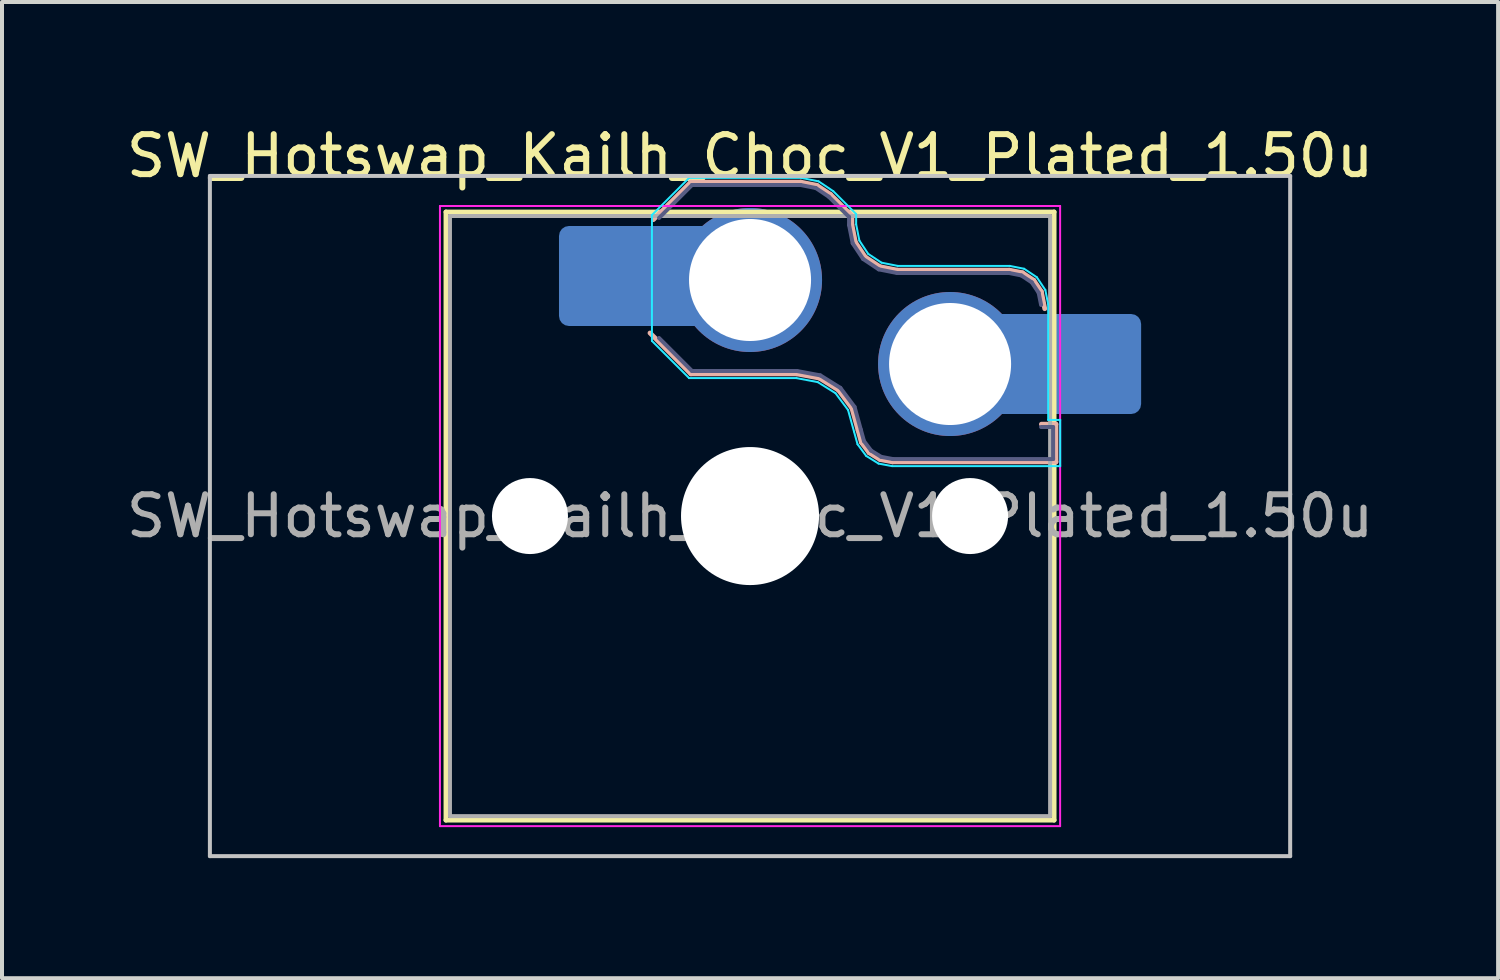
<source format=kicad_pcb>
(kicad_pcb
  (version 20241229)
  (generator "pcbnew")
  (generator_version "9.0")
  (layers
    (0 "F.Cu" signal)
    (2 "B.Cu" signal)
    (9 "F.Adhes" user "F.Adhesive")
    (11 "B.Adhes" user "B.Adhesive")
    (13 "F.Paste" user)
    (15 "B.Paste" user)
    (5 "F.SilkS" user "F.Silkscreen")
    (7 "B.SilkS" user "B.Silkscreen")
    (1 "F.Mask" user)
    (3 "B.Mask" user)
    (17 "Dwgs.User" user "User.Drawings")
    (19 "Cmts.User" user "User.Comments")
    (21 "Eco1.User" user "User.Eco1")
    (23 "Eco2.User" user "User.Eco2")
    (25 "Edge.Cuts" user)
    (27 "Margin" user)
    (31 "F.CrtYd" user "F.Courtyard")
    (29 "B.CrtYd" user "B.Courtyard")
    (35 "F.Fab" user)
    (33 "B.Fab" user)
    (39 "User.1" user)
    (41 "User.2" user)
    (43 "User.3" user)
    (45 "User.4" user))
  (footprint "SW_Hotswap_Kailh_Choc_V1_Plated_1.50u"
    (layer "F.Cu")
    (at 15.696 9.848)
    (property "Reference" "SW_Hotswap_Kailh_Choc_V1_Plated_1.50u" (at 0 -9 0) (layer "F.SilkS") (effects (font (size 1 1) (thickness 0.15))))
    (attr smd)
    (fp_line (start -7.6 -7.6) (end -7.6 7.6) (stroke (width 0.12) (type solid)) (layer "F.SilkS"))
    (fp_line (start -7.6 7.6) (end 7.6 7.6) (stroke (width 0.12) (type solid)) (layer "F.SilkS"))
    (fp_line (start 7.6 -7.6) (end -7.6 -7.6) (stroke (width 0.12) (type solid)) (layer "F.SilkS"))
    (fp_line (start 7.6 7.6) (end 7.6 -7.6) (stroke (width 0.12) (type solid)) (layer "F.SilkS"))
    (fp_line (start -2.416 -7.409) (end -1.479 -8.346) (stroke (width 0.12) (type solid)) (layer "B.SilkS"))
    (fp_line (start -1.479 -8.346) (end 1.268 -8.346) (stroke (width 0.12) (type solid)) (layer "B.SilkS"))
    (fp_line (start -1.479 -3.554) (end -2.5 -4.575) (stroke (width 0.12) (type solid)) (layer "B.SilkS"))
    (fp_line (start 1.168 -3.554) (end -1.479 -3.554) (stroke (width 0.12) (type solid)) (layer "B.SilkS"))
    (fp_line (start 1.268 -8.346) (end 1.671 -8.266) (stroke (width 0.12) (type solid)) (layer "B.SilkS"))
    (fp_line (start 1.671 -8.266) (end 2.013 -8.037) (stroke (width 0.12) (type solid)) (layer "B.SilkS"))
    (fp_line (start 1.73 -3.449) (end 1.168 -3.554) (stroke (width 0.12) (type solid)) (layer "B.SilkS"))
    (fp_line (start 2.013 -8.037) (end 2.546 -7.504) (stroke (width 0.12) (type solid)) (layer "B.SilkS"))
    (fp_line (start 2.209 -3.15) (end 1.73 -3.449) (stroke (width 0.12) (type solid)) (layer "B.SilkS"))
    (fp_line (start 2.546 -7.504) (end 2.546 -7.282) (stroke (width 0.12) (type solid)) (layer "B.SilkS"))
    (fp_line (start 2.546 -7.282) (end 2.633 -6.844) (stroke (width 0.12) (type solid)) (layer "B.SilkS"))
    (fp_line (start 2.547 -2.697) (end 2.209 -3.15) (stroke (width 0.12) (type solid)) (layer "B.SilkS"))
    (fp_line (start 2.633 -6.844) (end 2.877 -6.477) (stroke (width 0.12) (type solid)) (layer "B.SilkS"))
    (fp_line (start 2.701 -2.139) (end 2.547 -2.697) (stroke (width 0.12) (type solid)) (layer "B.SilkS"))
    (fp_line (start 2.783 -1.841) (end 2.701 -2.139) (stroke (width 0.12) (type solid)) (layer "B.SilkS"))
    (fp_line (start 2.877 -6.477) (end 3.244 -6.233) (stroke (width 0.12) (type solid)) (layer "B.SilkS"))
    (fp_line (start 2.976 -1.583) (end 2.783 -1.841) (stroke (width 0.12) (type solid)) (layer "B.SilkS"))
    (fp_line (start 3.244 -6.233) (end 3.682 -6.146) (stroke (width 0.12) (type solid)) (layer "B.SilkS"))
    (fp_line (start 3.25 -1.413) (end 2.976 -1.583) (stroke (width 0.12) (type solid)) (layer "B.SilkS"))
    (fp_line (start 3.56 -1.354) (end 3.25 -1.413) (stroke (width 0.12) (type solid)) (layer "B.SilkS"))
    (fp_line (start 3.682 -6.146) (end 6.482 -6.146) (stroke (width 0.12) (type solid)) (layer "B.SilkS"))
    (fp_line (start 6.482 -6.146) (end 6.809 -6.081) (stroke (width 0.12) (type solid)) (layer "B.SilkS"))
    (fp_line (start 6.809 -6.081) (end 7.092 -5.892) (stroke (width 0.12) (type solid)) (layer "B.SilkS"))
    (fp_line (start 7.092 -5.892) (end 7.281 -5.609) (stroke (width 0.12) (type solid)) (layer "B.SilkS"))
    (fp_line (start 7.281 -5.609) (end 7.366 -5.182) (stroke (width 0.12) (type solid)) (layer "B.SilkS"))
    (fp_line (start 7.283 -2.296) (end 7.646 -2.296) (stroke (width 0.12) (type solid)) (layer "B.SilkS"))
    (fp_line (start 7.646 -2.296) (end 7.646 -1.354) (stroke (width 0.12) (type solid)) (layer "B.SilkS"))
    (fp_line (start 7.646 -1.354) (end 3.56 -1.354) (stroke (width 0.12) (type solid)) (layer "B.SilkS"))
    (fp_line (start -13.5 -8.5) (end -13.5 8.5) (stroke (width 0.1) (type solid)) (layer "Dwgs.User"))
    (fp_line (start -13.5 8.5) (end 13.5 8.5) (stroke (width 0.1) (type solid)) (layer "Dwgs.User"))
    (fp_line (start 13.5 -8.5) (end -13.5 -8.5) (stroke (width 0.1) (type solid)) (layer "Dwgs.User"))
    (fp_line (start 13.5 8.5) (end 13.5 -8.5) (stroke (width 0.1) (type solid)) (layer "Dwgs.User"))
    (fp_line (start -7.25 -7.25) (end -7.25 7.25) (stroke (width 0.1) (type solid)) (layer "Eco1.User"))
    (fp_line (start -7.25 7.25) (end 7.25 7.25) (stroke (width 0.1) (type solid)) (layer "Eco1.User"))
    (fp_line (start 7.25 -7.25) (end -7.25 -7.25) (stroke (width 0.1) (type solid)) (layer "Eco1.User"))
    (fp_line (start 7.25 7.25) (end 7.25 -7.25) (stroke (width 0.1) (type solid)) (layer "Eco1.User"))
    (fp_line (start -2.452 -7.523) (end -1.523 -8.452) (stroke (width 0.05) (type solid)) (layer "B.CrtYd"))
    (fp_line (start -2.452 -4.377) (end -2.452 -7.523) (stroke (width 0.05) (type solid)) (layer "B.CrtYd"))
    (fp_line (start -1.523 -8.452) (end 1.278 -8.452) (stroke (width 0.05) (type solid)) (layer "B.CrtYd"))
    (fp_line (start -1.523 -3.448) (end -2.452 -4.377) (stroke (width 0.05) (type solid)) (layer "B.CrtYd"))
    (fp_line (start 1.159 -3.448) (end -1.523 -3.448) (stroke (width 0.05) (type solid)) (layer "B.CrtYd"))
    (fp_line (start 1.278 -8.452) (end 1.712 -8.366) (stroke (width 0.05) (type solid)) (layer "B.CrtYd"))
    (fp_line (start 1.691 -3.348) (end 1.159 -3.448) (stroke (width 0.05) (type solid)) (layer "B.CrtYd"))
    (fp_line (start 1.712 -8.366) (end 2.081 -8.119) (stroke (width 0.05) (type solid)) (layer "B.CrtYd"))
    (fp_line (start 2.081 -8.119) (end 2.652 -7.548) (stroke (width 0.05) (type solid)) (layer "B.CrtYd"))
    (fp_line (start 2.136 -3.071) (end 1.691 -3.348) (stroke (width 0.05) (type solid)) (layer "B.CrtYd"))
    (fp_line (start 2.45 -2.65) (end 2.136 -3.071) (stroke (width 0.05) (type solid)) (layer "B.CrtYd"))
    (fp_line (start 2.599 -2.111) (end 2.45 -2.65) (stroke (width 0.05) (type solid)) (layer "B.CrtYd"))
    (fp_line (start 2.652 -7.548) (end 2.652 -7.292) (stroke (width 0.05) (type solid)) (layer "B.CrtYd"))
    (fp_line (start 2.652 -7.292) (end 2.733 -6.885) (stroke (width 0.05) (type solid)) (layer "B.CrtYd"))
    (fp_line (start 2.687 -1.794) (end 2.599 -2.111) (stroke (width 0.05) (type solid)) (layer "B.CrtYd"))
    (fp_line (start 2.733 -6.885) (end 2.953 -6.553) (stroke (width 0.05) (type solid)) (layer "B.CrtYd"))
    (fp_line (start 2.903 -1.503) (end 2.687 -1.794) (stroke (width 0.05) (type solid)) (layer "B.CrtYd"))
    (fp_line (start 2.953 -6.553) (end 3.285 -6.333) (stroke (width 0.05) (type solid)) (layer "B.CrtYd"))
    (fp_line (start 3.211 -1.312) (end 2.903 -1.503) (stroke (width 0.05) (type solid)) (layer "B.CrtYd"))
    (fp_line (start 3.285 -6.333) (end 3.692 -6.252) (stroke (width 0.05) (type solid)) (layer "B.CrtYd"))
    (fp_line (start 3.55 -1.248) (end 3.211 -1.312) (stroke (width 0.05) (type solid)) (layer "B.CrtYd"))
    (fp_line (start 3.692 -6.252) (end 6.492 -6.252) (stroke (width 0.05) (type solid)) (layer "B.CrtYd"))
    (fp_line (start 6.492 -6.252) (end 6.85 -6.181) (stroke (width 0.05) (type solid)) (layer "B.CrtYd"))
    (fp_line (start 6.85 -6.181) (end 7.168 -5.968) (stroke (width 0.05) (type solid)) (layer "B.CrtYd"))
    (fp_line (start 7.168 -5.968) (end 7.381 -5.65) (stroke (width 0.05) (type solid)) (layer "B.CrtYd"))
    (fp_line (start 7.381 -5.65) (end 7.452 -5.292) (stroke (width 0.05) (type solid)) (layer "B.CrtYd"))
    (fp_line (start 7.452 -5.292) (end 7.452 -2.402) (stroke (width 0.05) (type solid)) (layer "B.CrtYd"))
    (fp_line (start 7.452 -2.402) (end 7.752 -2.402) (stroke (width 0.05) (type solid)) (layer "B.CrtYd"))
    (fp_line (start 7.752 -2.402) (end 7.752 -1.248) (stroke (width 0.05) (type solid)) (layer "B.CrtYd"))
    (fp_line (start 7.752 -1.248) (end 3.55 -1.248) (stroke (width 0.05) (type solid)) (layer "B.CrtYd"))
    (fp_line (start -7.75 -7.75) (end -7.75 7.75) (stroke (width 0.05) (type solid)) (layer "F.CrtYd"))
    (fp_line (start -7.75 7.75) (end 7.75 7.75) (stroke (width 0.05) (type solid)) (layer "F.CrtYd"))
    (fp_line (start 7.75 -7.75) (end -7.75 -7.75) (stroke (width 0.05) (type solid)) (layer "F.CrtYd"))
    (fp_line (start 7.75 7.75) (end 7.75 -7.75) (stroke (width 0.05) (type solid)) (layer "F.CrtYd"))
    (fp_line (start -2.275 -7.45) (end -1.45 -8.275) (stroke (width 0.1) (type solid)) (layer "B.Fab"))
    (fp_line (start -1.45 -8.275) (end 1.261 -8.275) (stroke (width 0.1) (type solid)) (layer "B.Fab"))
    (fp_line (start -1.45 -3.625) (end -2.275 -4.45) (stroke (width 0.1) (type solid)) (layer "B.Fab"))
    (fp_line (start 1.175 -3.625) (end -1.45 -3.625) (stroke (width 0.1) (type solid)) (layer "B.Fab"))
    (fp_line (start 1.261 -8.275) (end 1.643 -8.199) (stroke (width 0.1) (type solid)) (layer "B.Fab"))
    (fp_line (start 1.643 -8.199) (end 1.968 -7.982) (stroke (width 0.1) (type solid)) (layer "B.Fab"))
    (fp_line (start 1.756 -3.516) (end 1.175 -3.625) (stroke (width 0.1) (type solid)) (layer "B.Fab"))
    (fp_line (start 1.968 -7.982) (end 2.475 -7.475) (stroke (width 0.1) (type solid)) (layer "B.Fab"))
    (fp_line (start 2.258 -3.203) (end 1.756 -3.516) (stroke (width 0.1) (type solid)) (layer "B.Fab"))
    (fp_line (start 2.475 -7.475) (end 2.475 -7.275) (stroke (width 0.1) (type solid)) (layer "B.Fab"))
    (fp_line (start 2.475 -7.275) (end 2.566 -6.816) (stroke (width 0.1) (type solid)) (layer "B.Fab"))
    (fp_line (start 2.566 -6.816) (end 2.826 -6.426) (stroke (width 0.1) (type solid)) (layer "B.Fab"))
    (fp_line (start 2.612 -2.729) (end 2.258 -3.203) (stroke (width 0.1) (type solid)) (layer "B.Fab"))
    (fp_line (start 2.769 -2.158) (end 2.612 -2.729) (stroke (width 0.1) (type solid)) (layer "B.Fab"))
    (fp_line (start 2.826 -6.426) (end 3.216 -6.166) (stroke (width 0.1) (type solid)) (layer "B.Fab"))
    (fp_line (start 2.848 -1.873) (end 2.769 -2.158) (stroke (width 0.1) (type solid)) (layer "B.Fab"))
    (fp_line (start 3.025 -1.636) (end 2.848 -1.873) (stroke (width 0.1) (type solid)) (layer "B.Fab"))
    (fp_line (start 3.216 -6.166) (end 3.675 -6.075) (stroke (width 0.1) (type solid)) (layer "B.Fab"))
    (fp_line (start 3.276 -1.48) (end 3.025 -1.636) (stroke (width 0.1) (type solid)) (layer "B.Fab"))
    (fp_line (start 3.567 -1.425) (end 3.276 -1.48) (stroke (width 0.1) (type solid)) (layer "B.Fab"))
    (fp_line (start 3.675 -6.075) (end 6.475 -6.075) (stroke (width 0.1) (type solid)) (layer "B.Fab"))
    (fp_line (start 6.475 -6.075) (end 6.781 -6.014) (stroke (width 0.1) (type solid)) (layer "B.Fab"))
    (fp_line (start 6.781 -6.014) (end 7.041 -5.841) (stroke (width 0.1) (type solid)) (layer "B.Fab"))
    (fp_line (start 7.041 -5.841) (end 7.214 -5.581) (stroke (width 0.1) (type solid)) (layer "B.Fab"))
    (fp_line (start 7.214 -5.581) (end 7.275 -5.275) (stroke (width 0.1) (type solid)) (layer "B.Fab"))
    (fp_line (start 7.275 -2.225) (end 7.575 -2.225) (stroke (width 0.1) (type solid)) (layer "B.Fab"))
    (fp_line (start 7.575 -2.225) (end 7.575 -1.425) (stroke (width 0.1) (type solid)) (layer "B.Fab"))
    (fp_line (start 7.575 -1.425) (end 3.567 -1.425) (stroke (width 0.1) (type solid)) (layer "B.Fab"))
    (fp_line (start -7.5 -7.5) (end -7.5 7.5) (stroke (width 0.1) (type solid)) (layer "F.Fab"))
    (fp_line (start -7.5 7.5) (end 7.5 7.5) (stroke (width 0.1) (type solid)) (layer "F.Fab"))
    (fp_line (start 7.5 -7.5) (end -7.5 -7.5) (stroke (width 0.1) (type solid)) (layer "F.Fab"))
    (fp_line (start 7.5 7.5) (end 7.5 -7.5) (stroke (width 0.1) (type solid)) (layer "F.Fab"))
    (fp_text user "${REFERENCE}" (at 0 0 0) (layer "F.Fab") (effects (font (size 1 1) (thickness 0.15))))
    (pad "" np_thru_hole circle (at -5.5 0) (size 1.9 1.9) (drill 1.9) (layers "*.Cu" "*.Mask"))
    (pad "" smd roundrect (at -3.5 -6) (size 2.55 2.5) (layers "B.Mask" "B.Paste") (roundrect_rratio 0.1))
    (pad "" np_thru_hole circle (at 0 0) (size 3.45 3.45) (drill 3.45) (layers "*.Cu" "*.Mask"))
    (pad "" np_thru_hole circle (at 5.5 0) (size 1.9 1.9) (drill 1.9) (layers "*.Cu" "*.Mask"))
    (pad "" smd roundrect (at 8.5 -3.8) (size 2.55 2.5) (layers "B.Mask" "B.Paste") (roundrect_rratio 0.1))
    (pad "1" smd roundrect (at -2.85 -6) (size 3.85 2.5) (layers "B.Cu") (roundrect_rratio 0.1))
    (pad "1" thru_hole circle (at 0 -5.9) (size 3.6 3.6) (drill 3.05) (layers "*.Cu" "*.Mask"))
    (pad "2" thru_hole circle (at 5 -3.8) (size 3.6 3.6) (drill 3.05) (layers "*.Cu" "*.Mask"))
    (pad "2" smd roundrect (at 7.85 -3.8) (size 3.85 2.5) (layers "B.Cu") (roundrect_rratio 0.1)))
  (gr_rect
    (start -3 -3)
    (end 34.393 21.398)
    (stroke (width 0.1) (type default))
    (fill no)
    (layer "Edge.Cuts")))
</source>
